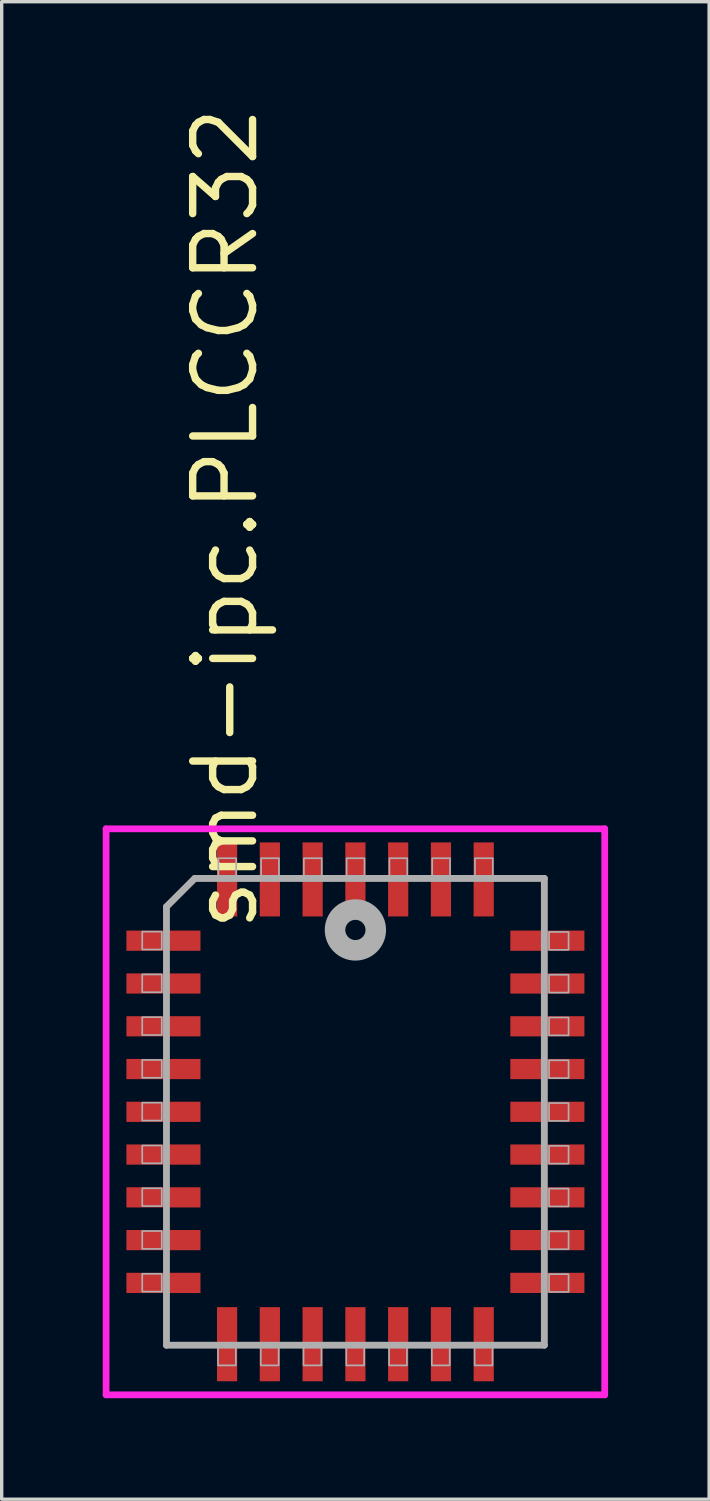
<source format=kicad_pcb>
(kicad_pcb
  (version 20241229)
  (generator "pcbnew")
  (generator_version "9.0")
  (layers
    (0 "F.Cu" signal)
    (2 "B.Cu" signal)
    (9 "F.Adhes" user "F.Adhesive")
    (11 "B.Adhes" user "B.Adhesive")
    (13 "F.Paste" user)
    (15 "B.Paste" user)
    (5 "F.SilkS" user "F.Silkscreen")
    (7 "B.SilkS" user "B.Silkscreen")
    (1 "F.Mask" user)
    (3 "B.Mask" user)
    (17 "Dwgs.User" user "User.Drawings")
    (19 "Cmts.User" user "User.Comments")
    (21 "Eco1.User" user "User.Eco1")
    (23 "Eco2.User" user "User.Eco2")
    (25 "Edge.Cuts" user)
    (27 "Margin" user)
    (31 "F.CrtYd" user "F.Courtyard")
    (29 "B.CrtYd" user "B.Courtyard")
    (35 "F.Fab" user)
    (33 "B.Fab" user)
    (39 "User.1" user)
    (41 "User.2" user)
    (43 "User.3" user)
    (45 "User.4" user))
  (footprint "smd-ipc.PLCCR32"
    (layer "F.Cu")
    (at 7.503 29.963)
    (property "Reference" "smd-ipc.PLCCR32" (at -2.825 -5.275 270) (layer "F.SilkS") (effects (font (size 1.778 1.778) (thickness 0.22)) (justify left bottom)))
    (attr smd)
    (fp_line (start -7.403 -8.403) (end 7.403 -8.403) (stroke (width 0.2) (type default)) (layer "F.CrtYd"))
    (fp_line (start -7.403 8.403) (end -7.403 -8.403) (stroke (width 0.2) (type default)) (layer "F.CrtYd"))
    (fp_line (start 7.403 -8.403) (end 7.403 8.403) (stroke (width 0.2) (type default)) (layer "F.CrtYd"))
    (fp_line (start 7.403 8.403) (end -7.403 8.403) (stroke (width 0.2) (type default)) (layer "F.CrtYd"))
    (fp_line (start -5.61 -6.09) (end -5.61 6.93) (stroke (width 0.203) (type default)) (layer "F.Fab"))
    (fp_line (start -5.61 6.93) (end 5.61 6.93) (stroke (width 0.203) (type default)) (layer "F.Fab"))
    (fp_line (start -4.77 -6.93) (end -5.61 -6.09) (stroke (width 0.203) (type default)) (layer "F.Fab"))
    (fp_line (start 5.61 -6.93) (end -4.77 -6.93) (stroke (width 0.203) (type default)) (layer "F.Fab"))
    (fp_line (start 5.61 6.93) (end 5.61 -6.93) (stroke (width 0.203) (type default)) (layer "F.Fab"))
    (fp_rect (start -6.33 -4.82) (end -5.75 -5.35) (stroke (width 0.05) (type default)) (fill no) (layer "F.Fab"))
    (fp_rect (start -6.33 -3.55) (end -5.75 -4.08) (stroke (width 0.05) (type default)) (fill no) (layer "F.Fab"))
    (fp_rect (start -6.33 -2.28) (end -5.75 -2.81) (stroke (width 0.05) (type default)) (fill no) (layer "F.Fab"))
    (fp_rect (start -6.33 -1.01) (end -5.75 -1.54) (stroke (width 0.05) (type default)) (fill no) (layer "F.Fab"))
    (fp_rect (start -6.33 0.26) (end -5.75 -0.27) (stroke (width 0.05) (type default)) (fill no) (layer "F.Fab"))
    (fp_rect (start -6.33 1.53) (end -5.75 1) (stroke (width 0.05) (type default)) (fill no) (layer "F.Fab"))
    (fp_rect (start -6.33 2.8) (end -5.75 2.27) (stroke (width 0.05) (type default)) (fill no) (layer "F.Fab"))
    (fp_rect (start -6.33 4.07) (end -5.75 3.54) (stroke (width 0.05) (type default)) (fill no) (layer "F.Fab"))
    (fp_rect (start -6.33 5.34) (end -5.75 4.81) (stroke (width 0.05) (type default)) (fill no) (layer "F.Fab"))
    (fp_rect (start -4.08 7.53) (end -3.55 6.95) (stroke (width 0.05) (type default)) (fill no) (layer "F.Fab"))
    (fp_rect (start -4.07 -6.95) (end -3.54 -7.53) (stroke (width 0.05) (type default)) (fill no) (layer "F.Fab"))
    (fp_rect (start -2.81 7.53) (end -2.28 6.95) (stroke (width 0.05) (type default)) (fill no) (layer "F.Fab"))
    (fp_rect (start -2.8 -6.95) (end -2.27 -7.53) (stroke (width 0.05) (type default)) (fill no) (layer "F.Fab"))
    (fp_rect (start -1.54 7.53) (end -1.01 6.95) (stroke (width 0.05) (type default)) (fill no) (layer "F.Fab"))
    (fp_rect (start -1.53 -6.95) (end -1 -7.53) (stroke (width 0.05) (type default)) (fill no) (layer "F.Fab"))
    (fp_rect (start -0.27 7.53) (end 0.26 6.95) (stroke (width 0.05) (type default)) (fill no) (layer "F.Fab"))
    (fp_rect (start -0.26 -6.95) (end 0.27 -7.53) (stroke (width 0.05) (type default)) (fill no) (layer "F.Fab"))
    (fp_rect (start 1 7.53) (end 1.53 6.95) (stroke (width 0.05) (type default)) (fill no) (layer "F.Fab"))
    (fp_rect (start 1.01 -6.95) (end 1.54 -7.53) (stroke (width 0.05) (type default)) (fill no) (layer "F.Fab"))
    (fp_rect (start 2.27 7.53) (end 2.8 6.95) (stroke (width 0.05) (type default)) (fill no) (layer "F.Fab"))
    (fp_rect (start 2.28 -6.95) (end 2.81 -7.53) (stroke (width 0.05) (type default)) (fill no) (layer "F.Fab"))
    (fp_rect (start 3.54 7.53) (end 4.07 6.95) (stroke (width 0.05) (type default)) (fill no) (layer "F.Fab"))
    (fp_rect (start 3.55 -6.95) (end 4.08 -7.53) (stroke (width 0.05) (type default)) (fill no) (layer "F.Fab"))
    (fp_rect (start 5.75 -4.81) (end 6.33 -5.34) (stroke (width 0.05) (type default)) (fill no) (layer "F.Fab"))
    (fp_rect (start 5.75 -3.54) (end 6.33 -4.07) (stroke (width 0.05) (type default)) (fill no) (layer "F.Fab"))
    (fp_rect (start 5.75 -2.27) (end 6.33 -2.8) (stroke (width 0.05) (type default)) (fill no) (layer "F.Fab"))
    (fp_rect (start 5.75 -1) (end 6.33 -1.53) (stroke (width 0.05) (type default)) (fill no) (layer "F.Fab"))
    (fp_rect (start 5.75 0.27) (end 6.33 -0.26) (stroke (width 0.05) (type default)) (fill no) (layer "F.Fab"))
    (fp_rect (start 5.75 1.54) (end 6.33 1.01) (stroke (width 0.05) (type default)) (fill no) (layer "F.Fab"))
    (fp_rect (start 5.75 2.81) (end 6.33 2.28) (stroke (width 0.05) (type default)) (fill no) (layer "F.Fab"))
    (fp_rect (start 5.75 4.08) (end 6.33 3.55) (stroke (width 0.05) (type default)) (fill no) (layer "F.Fab"))
    (fp_rect (start 5.75 5.35) (end 6.33 4.82) (stroke (width 0.05) (type default)) (fill no) (layer "F.Fab"))
    (fp_circle (center 0 -5.4) (end 0.3 -5.4) (stroke (width 0.61) (type default)) (fill no) (layer "F.Fab"))
    (pad "1" smd roundrect (at 0 -6.9) (size 0.6 2.2) (layers "F.Cu" "F.Mask" "F.Paste") (roundrect_rratio 0.01))
    (pad "2" smd roundrect (at -1.27 -6.9) (size 0.6 2.2) (layers "F.Cu" "F.Mask" "F.Paste") (roundrect_rratio 0.01))
    (pad "3" smd roundrect (at -2.54 -6.9) (size 0.6 2.2) (layers "F.Cu" "F.Mask" "F.Paste") (roundrect_rratio 0.01))
    (pad "4" smd roundrect (at -3.81 -6.9) (size 0.6 2.2) (layers "F.Cu" "F.Mask" "F.Paste") (roundrect_rratio 0.01))
    (pad "5" smd roundrect (at -5.7 -5.08) (size 2.2 0.6) (layers "F.Cu" "F.Mask" "F.Paste") (roundrect_rratio 0.01))
    (pad "6" smd roundrect (at -5.7 -3.81) (size 2.2 0.6) (layers "F.Cu" "F.Mask" "F.Paste") (roundrect_rratio 0.01))
    (pad "7" smd roundrect (at -5.7 -2.54) (size 2.2 0.6) (layers "F.Cu" "F.Mask" "F.Paste") (roundrect_rratio 0.01))
    (pad "8" smd roundrect (at -5.7 -1.27) (size 2.2 0.6) (layers "F.Cu" "F.Mask" "F.Paste") (roundrect_rratio 0.01))
    (pad "9" smd roundrect (at -5.7 0) (size 2.2 0.6) (layers "F.Cu" "F.Mask" "F.Paste") (roundrect_rratio 0.01))
    (pad "10" smd roundrect (at -5.7 1.27) (size 2.2 0.6) (layers "F.Cu" "F.Mask" "F.Paste") (roundrect_rratio 0.01))
    (pad "11" smd roundrect (at -5.7 2.54) (size 2.2 0.6) (layers "F.Cu" "F.Mask" "F.Paste") (roundrect_rratio 0.01))
    (pad "12" smd roundrect (at -5.7 3.81) (size 2.2 0.6) (layers "F.Cu" "F.Mask" "F.Paste") (roundrect_rratio 0.01))
    (pad "13" smd roundrect (at -5.7 5.08) (size 2.2 0.6) (layers "F.Cu" "F.Mask" "F.Paste") (roundrect_rratio 0.01))
    (pad "14" smd roundrect (at -3.81 6.9) (size 0.6 2.2) (layers "F.Cu" "F.Mask" "F.Paste") (roundrect_rratio 0.01))
    (pad "15" smd roundrect (at -2.54 6.9) (size 0.6 2.2) (layers "F.Cu" "F.Mask" "F.Paste") (roundrect_rratio 0.01))
    (pad "16" smd roundrect (at -1.27 6.9) (size 0.6 2.2) (layers "F.Cu" "F.Mask" "F.Paste") (roundrect_rratio 0.01))
    (pad "17" smd roundrect (at 0 6.9) (size 0.6 2.2) (layers "F.Cu" "F.Mask" "F.Paste") (roundrect_rratio 0.01))
    (pad "18" smd roundrect (at 1.27 6.9) (size 0.6 2.2) (layers "F.Cu" "F.Mask" "F.Paste") (roundrect_rratio 0.01))
    (pad "19" smd roundrect (at 2.54 6.9) (size 0.6 2.2) (layers "F.Cu" "F.Mask" "F.Paste") (roundrect_rratio 0.01))
    (pad "20" smd roundrect (at 3.81 6.9) (size 0.6 2.2) (layers "F.Cu" "F.Mask" "F.Paste") (roundrect_rratio 0.01))
    (pad "21" smd roundrect (at 5.7 5.08) (size 2.2 0.6) (layers "F.Cu" "F.Mask" "F.Paste") (roundrect_rratio 0.01))
    (pad "22" smd roundrect (at 5.7 3.81) (size 2.2 0.6) (layers "F.Cu" "F.Mask" "F.Paste") (roundrect_rratio 0.01))
    (pad "23" smd roundrect (at 5.7 2.54) (size 2.2 0.6) (layers "F.Cu" "F.Mask" "F.Paste") (roundrect_rratio 0.01))
    (pad "24" smd roundrect (at 5.7 1.27) (size 2.2 0.6) (layers "F.Cu" "F.Mask" "F.Paste") (roundrect_rratio 0.01))
    (pad "25" smd roundrect (at 5.7 0) (size 2.2 0.6) (layers "F.Cu" "F.Mask" "F.Paste") (roundrect_rratio 0.01))
    (pad "26" smd roundrect (at 5.7 -1.27) (size 2.2 0.6) (layers "F.Cu" "F.Mask" "F.Paste") (roundrect_rratio 0.01))
    (pad "27" smd roundrect (at 5.7 -2.54) (size 2.2 0.6) (layers "F.Cu" "F.Mask" "F.Paste") (roundrect_rratio 0.01))
    (pad "28" smd roundrect (at 5.7 -3.81) (size 2.2 0.6) (layers "F.Cu" "F.Mask" "F.Paste") (roundrect_rratio 0.01))
    (pad "29" smd roundrect (at 5.7 -5.08) (size 2.2 0.6) (layers "F.Cu" "F.Mask" "F.Paste") (roundrect_rratio 0.01))
    (pad "30" smd roundrect (at 3.81 -6.9) (size 0.6 2.2) (layers "F.Cu" "F.Mask" "F.Paste") (roundrect_rratio 0.01))
    (pad "31" smd roundrect (at 2.54 -6.9) (size 0.6 2.2) (layers "F.Cu" "F.Mask" "F.Paste") (roundrect_rratio 0.01))
    (pad "32" smd roundrect (at 1.27 -6.9) (size 0.6 2.2) (layers "F.Cu" "F.Mask" "F.Paste") (roundrect_rratio 0.01)))
  (gr_rect
    (start -3 -3)
    (end 18.006 41.466)
    (stroke (width 0.1) (type default))
    (fill no)
    (layer "Edge.Cuts")))
</source>
